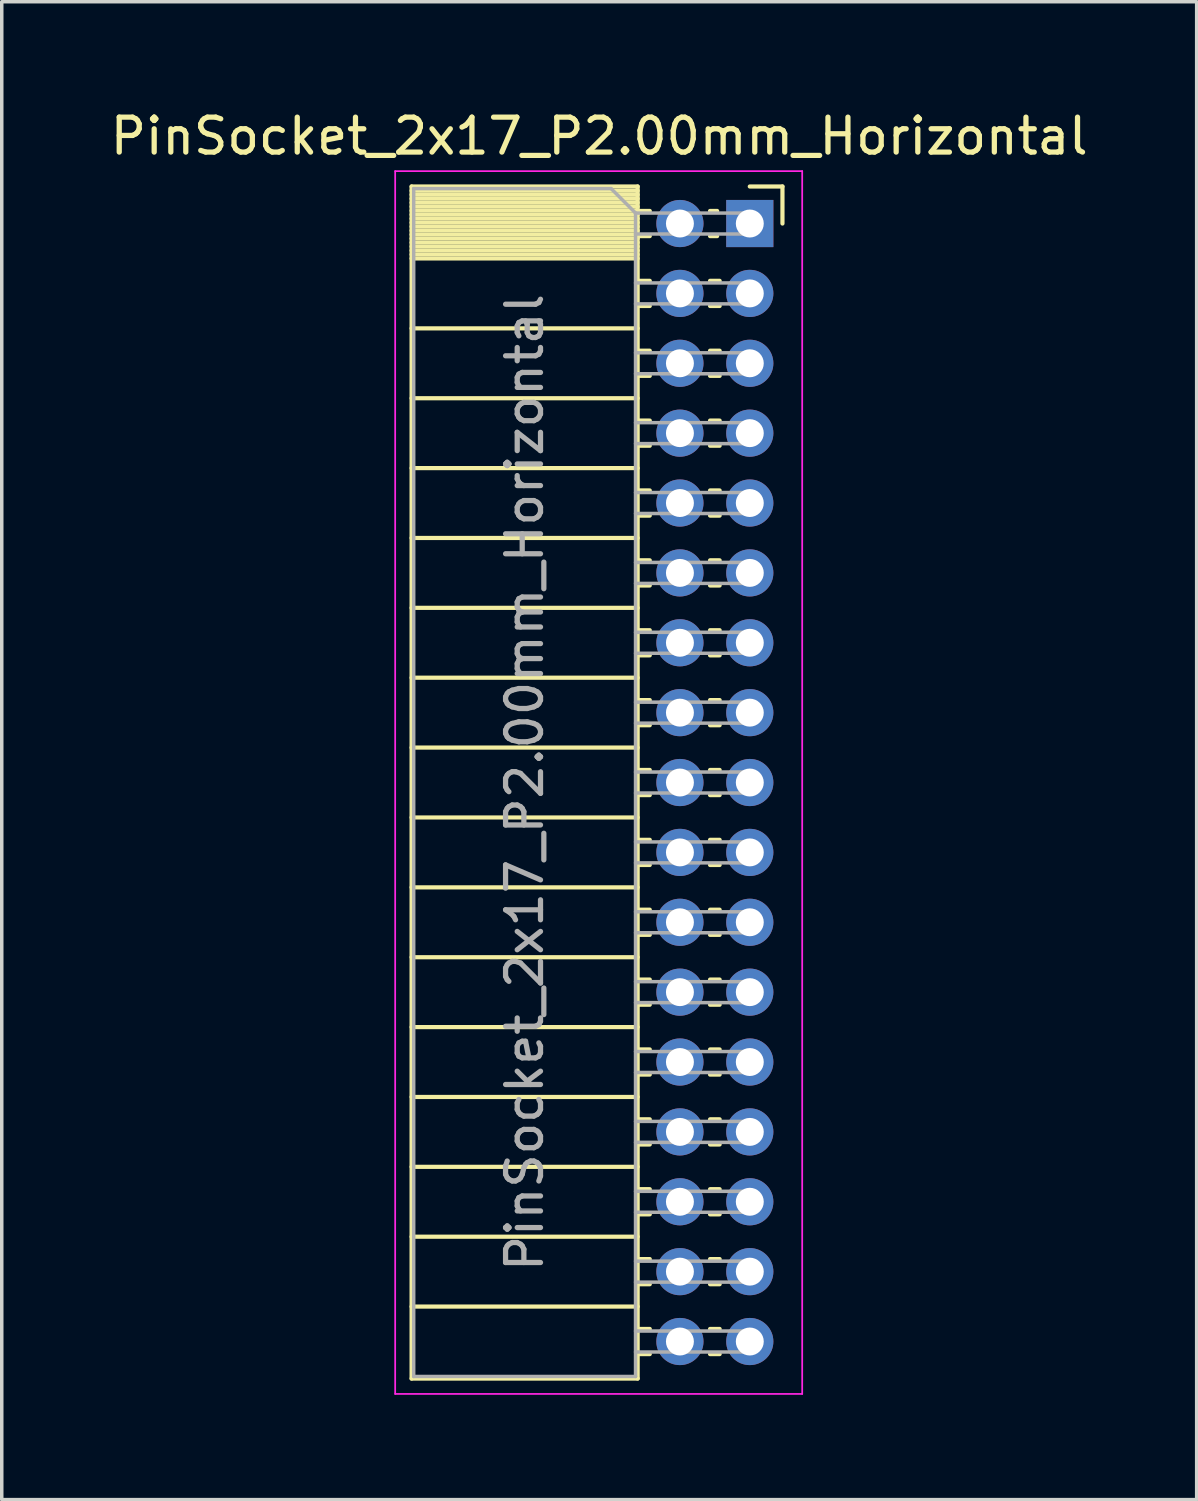
<source format=kicad_pcb>
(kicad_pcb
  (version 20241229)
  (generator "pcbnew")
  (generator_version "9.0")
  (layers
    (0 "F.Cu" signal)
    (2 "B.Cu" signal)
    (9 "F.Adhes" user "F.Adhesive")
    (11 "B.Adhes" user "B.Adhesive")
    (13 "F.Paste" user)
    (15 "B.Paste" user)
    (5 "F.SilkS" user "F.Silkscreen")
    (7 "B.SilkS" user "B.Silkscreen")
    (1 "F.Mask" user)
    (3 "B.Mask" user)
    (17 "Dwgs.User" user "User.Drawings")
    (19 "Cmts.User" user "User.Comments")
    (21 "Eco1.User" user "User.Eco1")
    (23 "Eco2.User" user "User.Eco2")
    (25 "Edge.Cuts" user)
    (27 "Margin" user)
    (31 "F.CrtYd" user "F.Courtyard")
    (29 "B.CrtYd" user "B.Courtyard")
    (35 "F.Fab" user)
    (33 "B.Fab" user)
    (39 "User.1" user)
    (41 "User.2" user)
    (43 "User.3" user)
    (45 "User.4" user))
  (footprint "PinSocket_2x17_P2.00mm_Horizontal"
    (layer "F.Cu")
    (at 18.411 3.348)
    (property "Reference" "PinSocket_2x17_P2.00mm_Horizontal" (at -4.31 -2.5 0) (layer "F.SilkS") (effects (font (size 1 1) (thickness 0.15))))
    (attr through_hole)
    (fp_line (start -9.68 -1.06) (end -9.68 33.06) (stroke (width 0.12) (type solid)) (layer "F.SilkS"))
    (fp_line (start -9.68 -1.06) (end -3.21 -1.06) (stroke (width 0.12) (type solid)) (layer "F.SilkS"))
    (fp_line (start -9.68 -0.94) (end -3.21 -0.94) (stroke (width 0.12) (type solid)) (layer "F.SilkS"))
    (fp_line (start -9.68 -0.826) (end -3.21 -0.826) (stroke (width 0.12) (type solid)) (layer "F.SilkS"))
    (fp_line (start -9.68 -0.712) (end -3.21 -0.712) (stroke (width 0.12) (type solid)) (layer "F.SilkS"))
    (fp_line (start -9.68 -0.598) (end -3.21 -0.598) (stroke (width 0.12) (type solid)) (layer "F.SilkS"))
    (fp_line (start -9.68 -0.484) (end -3.21 -0.484) (stroke (width 0.12) (type solid)) (layer "F.SilkS"))
    (fp_line (start -9.68 -0.369) (end -3.21 -0.369) (stroke (width 0.12) (type solid)) (layer "F.SilkS"))
    (fp_line (start -9.68 -0.255) (end -3.21 -0.255) (stroke (width 0.12) (type solid)) (layer "F.SilkS"))
    (fp_line (start -9.68 -0.141) (end -3.21 -0.141) (stroke (width 0.12) (type solid)) (layer "F.SilkS"))
    (fp_line (start -9.68 -0.027) (end -3.21 -0.027) (stroke (width 0.12) (type solid)) (layer "F.SilkS"))
    (fp_line (start -9.68 0.087) (end -3.21 0.087) (stroke (width 0.12) (type solid)) (layer "F.SilkS"))
    (fp_line (start -9.68 0.201) (end -3.21 0.201) (stroke (width 0.12) (type solid)) (layer "F.SilkS"))
    (fp_line (start -9.68 0.315) (end -3.21 0.315) (stroke (width 0.12) (type solid)) (layer "F.SilkS"))
    (fp_line (start -9.68 0.429) (end -3.21 0.429) (stroke (width 0.12) (type solid)) (layer "F.SilkS"))
    (fp_line (start -9.68 0.544) (end -3.21 0.544) (stroke (width 0.12) (type solid)) (layer "F.SilkS"))
    (fp_line (start -9.68 0.658) (end -3.21 0.658) (stroke (width 0.12) (type solid)) (layer "F.SilkS"))
    (fp_line (start -9.68 0.772) (end -3.21 0.772) (stroke (width 0.12) (type solid)) (layer "F.SilkS"))
    (fp_line (start -9.68 0.886) (end -3.21 0.886) (stroke (width 0.12) (type solid)) (layer "F.SilkS"))
    (fp_line (start -9.68 1) (end -3.21 1) (stroke (width 0.12) (type solid)) (layer "F.SilkS"))
    (fp_line (start -9.68 3) (end -3.21 3) (stroke (width 0.12) (type solid)) (layer "F.SilkS"))
    (fp_line (start -9.68 5) (end -3.21 5) (stroke (width 0.12) (type solid)) (layer "F.SilkS"))
    (fp_line (start -9.68 7) (end -3.21 7) (stroke (width 0.12) (type solid)) (layer "F.SilkS"))
    (fp_line (start -9.68 9) (end -3.21 9) (stroke (width 0.12) (type solid)) (layer "F.SilkS"))
    (fp_line (start -9.68 11) (end -3.21 11) (stroke (width 0.12) (type solid)) (layer "F.SilkS"))
    (fp_line (start -9.68 13) (end -3.21 13) (stroke (width 0.12) (type solid)) (layer "F.SilkS"))
    (fp_line (start -9.68 15) (end -3.21 15) (stroke (width 0.12) (type solid)) (layer "F.SilkS"))
    (fp_line (start -9.68 17) (end -3.21 17) (stroke (width 0.12) (type solid)) (layer "F.SilkS"))
    (fp_line (start -9.68 19) (end -3.21 19) (stroke (width 0.12) (type solid)) (layer "F.SilkS"))
    (fp_line (start -9.68 21) (end -3.21 21) (stroke (width 0.12) (type solid)) (layer "F.SilkS"))
    (fp_line (start -9.68 23) (end -3.21 23) (stroke (width 0.12) (type solid)) (layer "F.SilkS"))
    (fp_line (start -9.68 25) (end -3.21 25) (stroke (width 0.12) (type solid)) (layer "F.SilkS"))
    (fp_line (start -9.68 27) (end -3.21 27) (stroke (width 0.12) (type solid)) (layer "F.SilkS"))
    (fp_line (start -9.68 29) (end -3.21 29) (stroke (width 0.12) (type solid)) (layer "F.SilkS"))
    (fp_line (start -9.68 31) (end -3.21 31) (stroke (width 0.12) (type solid)) (layer "F.SilkS"))
    (fp_line (start -9.68 33.06) (end -3.21 33.06) (stroke (width 0.12) (type solid)) (layer "F.SilkS"))
    (fp_line (start -3.21 -1.06) (end -3.21 33.06) (stroke (width 0.12) (type solid)) (layer "F.SilkS"))
    (fp_line (start -3.21 -0.36) (end -2.863 -0.36) (stroke (width 0.12) (type solid)) (layer "F.SilkS"))
    (fp_line (start -3.21 0.36) (end -2.863 0.36) (stroke (width 0.12) (type solid)) (layer "F.SilkS"))
    (fp_line (start -3.21 1.64) (end -2.863 1.64) (stroke (width 0.12) (type solid)) (layer "F.SilkS"))
    (fp_line (start -3.21 2.36) (end -2.863 2.36) (stroke (width 0.12) (type solid)) (layer "F.SilkS"))
    (fp_line (start -3.21 3.64) (end -2.863 3.64) (stroke (width 0.12) (type solid)) (layer "F.SilkS"))
    (fp_line (start -3.21 4.36) (end -2.863 4.36) (stroke (width 0.12) (type solid)) (layer "F.SilkS"))
    (fp_line (start -3.21 5.64) (end -2.863 5.64) (stroke (width 0.12) (type solid)) (layer "F.SilkS"))
    (fp_line (start -3.21 6.36) (end -2.863 6.36) (stroke (width 0.12) (type solid)) (layer "F.SilkS"))
    (fp_line (start -3.21 7.64) (end -2.863 7.64) (stroke (width 0.12) (type solid)) (layer "F.SilkS"))
    (fp_line (start -3.21 8.36) (end -2.863 8.36) (stroke (width 0.12) (type solid)) (layer "F.SilkS"))
    (fp_line (start -3.21 9.64) (end -2.863 9.64) (stroke (width 0.12) (type solid)) (layer "F.SilkS"))
    (fp_line (start -3.21 10.36) (end -2.863 10.36) (stroke (width 0.12) (type solid)) (layer "F.SilkS"))
    (fp_line (start -3.21 11.64) (end -2.863 11.64) (stroke (width 0.12) (type solid)) (layer "F.SilkS"))
    (fp_line (start -3.21 12.36) (end -2.863 12.36) (stroke (width 0.12) (type solid)) (layer "F.SilkS"))
    (fp_line (start -3.21 13.64) (end -2.863 13.64) (stroke (width 0.12) (type solid)) (layer "F.SilkS"))
    (fp_line (start -3.21 14.36) (end -2.863 14.36) (stroke (width 0.12) (type solid)) (layer "F.SilkS"))
    (fp_line (start -3.21 15.64) (end -2.863 15.64) (stroke (width 0.12) (type solid)) (layer "F.SilkS"))
    (fp_line (start -3.21 16.36) (end -2.863 16.36) (stroke (width 0.12) (type solid)) (layer "F.SilkS"))
    (fp_line (start -3.21 17.64) (end -2.863 17.64) (stroke (width 0.12) (type solid)) (layer "F.SilkS"))
    (fp_line (start -3.21 18.36) (end -2.863 18.36) (stroke (width 0.12) (type solid)) (layer "F.SilkS"))
    (fp_line (start -3.21 19.64) (end -2.863 19.64) (stroke (width 0.12) (type solid)) (layer "F.SilkS"))
    (fp_line (start -3.21 20.36) (end -2.863 20.36) (stroke (width 0.12) (type solid)) (layer "F.SilkS"))
    (fp_line (start -3.21 21.64) (end -2.863 21.64) (stroke (width 0.12) (type solid)) (layer "F.SilkS"))
    (fp_line (start -3.21 22.36) (end -2.863 22.36) (stroke (width 0.12) (type solid)) (layer "F.SilkS"))
    (fp_line (start -3.21 23.64) (end -2.863 23.64) (stroke (width 0.12) (type solid)) (layer "F.SilkS"))
    (fp_line (start -3.21 24.36) (end -2.863 24.36) (stroke (width 0.12) (type solid)) (layer "F.SilkS"))
    (fp_line (start -3.21 25.64) (end -2.863 25.64) (stroke (width 0.12) (type solid)) (layer "F.SilkS"))
    (fp_line (start -3.21 26.36) (end -2.863 26.36) (stroke (width 0.12) (type solid)) (layer "F.SilkS"))
    (fp_line (start -3.21 27.64) (end -2.863 27.64) (stroke (width 0.12) (type solid)) (layer "F.SilkS"))
    (fp_line (start -3.21 28.36) (end -2.863 28.36) (stroke (width 0.12) (type solid)) (layer "F.SilkS"))
    (fp_line (start -3.21 29.64) (end -2.863 29.64) (stroke (width 0.12) (type solid)) (layer "F.SilkS"))
    (fp_line (start -3.21 30.36) (end -2.863 30.36) (stroke (width 0.12) (type solid)) (layer "F.SilkS"))
    (fp_line (start -3.21 31.64) (end -2.863 31.64) (stroke (width 0.12) (type solid)) (layer "F.SilkS"))
    (fp_line (start -3.21 32.36) (end -2.863 32.36) (stroke (width 0.12) (type solid)) (layer "F.SilkS"))
    (fp_line (start -1.137 -0.36) (end -0.935 -0.36) (stroke (width 0.12) (type solid)) (layer "F.SilkS"))
    (fp_line (start -1.137 0.36) (end -0.935 0.36) (stroke (width 0.12) (type solid)) (layer "F.SilkS"))
    (fp_line (start -1.137 1.64) (end -0.863 1.64) (stroke (width 0.12) (type solid)) (layer "F.SilkS"))
    (fp_line (start -1.137 2.36) (end -0.863 2.36) (stroke (width 0.12) (type solid)) (layer "F.SilkS"))
    (fp_line (start -1.137 3.64) (end -0.863 3.64) (stroke (width 0.12) (type solid)) (layer "F.SilkS"))
    (fp_line (start -1.137 4.36) (end -0.863 4.36) (stroke (width 0.12) (type solid)) (layer "F.SilkS"))
    (fp_line (start -1.137 5.64) (end -0.863 5.64) (stroke (width 0.12) (type solid)) (layer "F.SilkS"))
    (fp_line (start -1.137 6.36) (end -0.863 6.36) (stroke (width 0.12) (type solid)) (layer "F.SilkS"))
    (fp_line (start -1.137 7.64) (end -0.863 7.64) (stroke (width 0.12) (type solid)) (layer "F.SilkS"))
    (fp_line (start -1.137 8.36) (end -0.863 8.36) (stroke (width 0.12) (type solid)) (layer "F.SilkS"))
    (fp_line (start -1.137 9.64) (end -0.863 9.64) (stroke (width 0.12) (type solid)) (layer "F.SilkS"))
    (fp_line (start -1.137 10.36) (end -0.863 10.36) (stroke (width 0.12) (type solid)) (layer "F.SilkS"))
    (fp_line (start -1.137 11.64) (end -0.863 11.64) (stroke (width 0.12) (type solid)) (layer "F.SilkS"))
    (fp_line (start -1.137 12.36) (end -0.863 12.36) (stroke (width 0.12) (type solid)) (layer "F.SilkS"))
    (fp_line (start -1.137 13.64) (end -0.863 13.64) (stroke (width 0.12) (type solid)) (layer "F.SilkS"))
    (fp_line (start -1.137 14.36) (end -0.863 14.36) (stroke (width 0.12) (type solid)) (layer "F.SilkS"))
    (fp_line (start -1.137 15.64) (end -0.863 15.64) (stroke (width 0.12) (type solid)) (layer "F.SilkS"))
    (fp_line (start -1.137 16.36) (end -0.863 16.36) (stroke (width 0.12) (type solid)) (layer "F.SilkS"))
    (fp_line (start -1.137 17.64) (end -0.863 17.64) (stroke (width 0.12) (type solid)) (layer "F.SilkS"))
    (fp_line (start -1.137 18.36) (end -0.863 18.36) (stroke (width 0.12) (type solid)) (layer "F.SilkS"))
    (fp_line (start -1.137 19.64) (end -0.863 19.64) (stroke (width 0.12) (type solid)) (layer "F.SilkS"))
    (fp_line (start -1.137 20.36) (end -0.863 20.36) (stroke (width 0.12) (type solid)) (layer "F.SilkS"))
    (fp_line (start -1.137 21.64) (end -0.863 21.64) (stroke (width 0.12) (type solid)) (layer "F.SilkS"))
    (fp_line (start -1.137 22.36) (end -0.863 22.36) (stroke (width 0.12) (type solid)) (layer "F.SilkS"))
    (fp_line (start -1.137 23.64) (end -0.863 23.64) (stroke (width 0.12) (type solid)) (layer "F.SilkS"))
    (fp_line (start -1.137 24.36) (end -0.863 24.36) (stroke (width 0.12) (type solid)) (layer "F.SilkS"))
    (fp_line (start -1.137 25.64) (end -0.863 25.64) (stroke (width 0.12) (type solid)) (layer "F.SilkS"))
    (fp_line (start -1.137 26.36) (end -0.863 26.36) (stroke (width 0.12) (type solid)) (layer "F.SilkS"))
    (fp_line (start -1.137 27.64) (end -0.863 27.64) (stroke (width 0.12) (type solid)) (layer "F.SilkS"))
    (fp_line (start -1.137 28.36) (end -0.863 28.36) (stroke (width 0.12) (type solid)) (layer "F.SilkS"))
    (fp_line (start -1.137 29.64) (end -0.863 29.64) (stroke (width 0.12) (type solid)) (layer "F.SilkS"))
    (fp_line (start -1.137 30.36) (end -0.863 30.36) (stroke (width 0.12) (type solid)) (layer "F.SilkS"))
    (fp_line (start -1.137 31.64) (end -0.863 31.64) (stroke (width 0.12) (type solid)) (layer "F.SilkS"))
    (fp_line (start -1.137 32.36) (end -0.863 32.36) (stroke (width 0.12) (type solid)) (layer "F.SilkS"))
    (fp_line (start 0 -1.06) (end 0.935 -1.06) (stroke (width 0.12) (type solid)) (layer "F.SilkS"))
    (fp_line (start 0.935 -1.06) (end 0.935 0) (stroke (width 0.12) (type solid)) (layer "F.SilkS"))
    (fp_line (start -10.15 -1.5) (end -10.15 33.5) (stroke (width 0.05) (type solid)) (layer "F.CrtYd"))
    (fp_line (start -10.15 33.5) (end 1.5 33.5) (stroke (width 0.05) (type solid)) (layer "F.CrtYd"))
    (fp_line (start 1.5 -1.5) (end -10.15 -1.5) (stroke (width 0.05) (type solid)) (layer "F.CrtYd"))
    (fp_line (start 1.5 33.5) (end 1.5 -1.5) (stroke (width 0.05) (type solid)) (layer "F.CrtYd"))
    (fp_line (start -9.62 -1) (end -3.97 -1) (stroke (width 0.1) (type solid)) (layer "F.Fab"))
    (fp_line (start -9.62 33) (end -9.62 -1) (stroke (width 0.1) (type solid)) (layer "F.Fab"))
    (fp_line (start -3.97 -1) (end -3.27 -0.3) (stroke (width 0.1) (type solid)) (layer "F.Fab"))
    (fp_line (start -3.27 -0.3) (end -3.27 33) (stroke (width 0.1) (type solid)) (layer "F.Fab"))
    (fp_line (start -3.27 0.3) (end 0 0.3) (stroke (width 0.1) (type solid)) (layer "F.Fab"))
    (fp_line (start -3.27 2.3) (end 0 2.3) (stroke (width 0.1) (type solid)) (layer "F.Fab"))
    (fp_line (start -3.27 4.3) (end 0 4.3) (stroke (width 0.1) (type solid)) (layer "F.Fab"))
    (fp_line (start -3.27 6.3) (end 0 6.3) (stroke (width 0.1) (type solid)) (layer "F.Fab"))
    (fp_line (start -3.27 8.3) (end 0 8.3) (stroke (width 0.1) (type solid)) (layer "F.Fab"))
    (fp_line (start -3.27 10.3) (end 0 10.3) (stroke (width 0.1) (type solid)) (layer "F.Fab"))
    (fp_line (start -3.27 12.3) (end 0 12.3) (stroke (width 0.1) (type solid)) (layer "F.Fab"))
    (fp_line (start -3.27 14.3) (end 0 14.3) (stroke (width 0.1) (type solid)) (layer "F.Fab"))
    (fp_line (start -3.27 16.3) (end 0 16.3) (stroke (width 0.1) (type solid)) (layer "F.Fab"))
    (fp_line (start -3.27 18.3) (end 0 18.3) (stroke (width 0.1) (type solid)) (layer "F.Fab"))
    (fp_line (start -3.27 20.3) (end 0 20.3) (stroke (width 0.1) (type solid)) (layer "F.Fab"))
    (fp_line (start -3.27 22.3) (end 0 22.3) (stroke (width 0.1) (type solid)) (layer "F.Fab"))
    (fp_line (start -3.27 24.3) (end 0 24.3) (stroke (width 0.1) (type solid)) (layer "F.Fab"))
    (fp_line (start -3.27 26.3) (end 0 26.3) (stroke (width 0.1) (type solid)) (layer "F.Fab"))
    (fp_line (start -3.27 28.3) (end 0 28.3) (stroke (width 0.1) (type solid)) (layer "F.Fab"))
    (fp_line (start -3.27 30.3) (end 0 30.3) (stroke (width 0.1) (type solid)) (layer "F.Fab"))
    (fp_line (start -3.27 32.3) (end 0 32.3) (stroke (width 0.1) (type solid)) (layer "F.Fab"))
    (fp_line (start -3.27 33) (end -9.62 33) (stroke (width 0.1) (type solid)) (layer "F.Fab"))
    (fp_line (start 0 -0.3) (end -3.27 -0.3) (stroke (width 0.1) (type solid)) (layer "F.Fab"))
    (fp_line (start 0 0.3) (end 0 -0.3) (stroke (width 0.1) (type solid)) (layer "F.Fab"))
    (fp_line (start 0 1.7) (end -3.27 1.7) (stroke (width 0.1) (type solid)) (layer "F.Fab"))
    (fp_line (start 0 2.3) (end 0 1.7) (stroke (width 0.1) (type solid)) (layer "F.Fab"))
    (fp_line (start 0 3.7) (end -3.27 3.7) (stroke (width 0.1) (type solid)) (layer "F.Fab"))
    (fp_line (start 0 4.3) (end 0 3.7) (stroke (width 0.1) (type solid)) (layer "F.Fab"))
    (fp_line (start 0 5.7) (end -3.27 5.7) (stroke (width 0.1) (type solid)) (layer "F.Fab"))
    (fp_line (start 0 6.3) (end 0 5.7) (stroke (width 0.1) (type solid)) (layer "F.Fab"))
    (fp_line (start 0 7.7) (end -3.27 7.7) (stroke (width 0.1) (type solid)) (layer "F.Fab"))
    (fp_line (start 0 8.3) (end 0 7.7) (stroke (width 0.1) (type solid)) (layer "F.Fab"))
    (fp_line (start 0 9.7) (end -3.27 9.7) (stroke (width 0.1) (type solid)) (layer "F.Fab"))
    (fp_line (start 0 10.3) (end 0 9.7) (stroke (width 0.1) (type solid)) (layer "F.Fab"))
    (fp_line (start 0 11.7) (end -3.27 11.7) (stroke (width 0.1) (type solid)) (layer "F.Fab"))
    (fp_line (start 0 12.3) (end 0 11.7) (stroke (width 0.1) (type solid)) (layer "F.Fab"))
    (fp_line (start 0 13.7) (end -3.27 13.7) (stroke (width 0.1) (type solid)) (layer "F.Fab"))
    (fp_line (start 0 14.3) (end 0 13.7) (stroke (width 0.1) (type solid)) (layer "F.Fab"))
    (fp_line (start 0 15.7) (end -3.27 15.7) (stroke (width 0.1) (type solid)) (layer "F.Fab"))
    (fp_line (start 0 16.3) (end 0 15.7) (stroke (width 0.1) (type solid)) (layer "F.Fab"))
    (fp_line (start 0 17.7) (end -3.27 17.7) (stroke (width 0.1) (type solid)) (layer "F.Fab"))
    (fp_line (start 0 18.3) (end 0 17.7) (stroke (width 0.1) (type solid)) (layer "F.Fab"))
    (fp_line (start 0 19.7) (end -3.27 19.7) (stroke (width 0.1) (type solid)) (layer "F.Fab"))
    (fp_line (start 0 20.3) (end 0 19.7) (stroke (width 0.1) (type solid)) (layer "F.Fab"))
    (fp_line (start 0 21.7) (end -3.27 21.7) (stroke (width 0.1) (type solid)) (layer "F.Fab"))
    (fp_line (start 0 22.3) (end 0 21.7) (stroke (width 0.1) (type solid)) (layer "F.Fab"))
    (fp_line (start 0 23.7) (end -3.27 23.7) (stroke (width 0.1) (type solid)) (layer "F.Fab"))
    (fp_line (start 0 24.3) (end 0 23.7) (stroke (width 0.1) (type solid)) (layer "F.Fab"))
    (fp_line (start 0 25.7) (end -3.27 25.7) (stroke (width 0.1) (type solid)) (layer "F.Fab"))
    (fp_line (start 0 26.3) (end 0 25.7) (stroke (width 0.1) (type solid)) (layer "F.Fab"))
    (fp_line (start 0 27.7) (end -3.27 27.7) (stroke (width 0.1) (type solid)) (layer "F.Fab"))
    (fp_line (start 0 28.3) (end 0 27.7) (stroke (width 0.1) (type solid)) (layer "F.Fab"))
    (fp_line (start 0 29.7) (end -3.27 29.7) (stroke (width 0.1) (type solid)) (layer "F.Fab"))
    (fp_line (start 0 30.3) (end 0 29.7) (stroke (width 0.1) (type solid)) (layer "F.Fab"))
    (fp_line (start 0 31.7) (end -3.27 31.7) (stroke (width 0.1) (type solid)) (layer "F.Fab"))
    (fp_line (start 0 32.3) (end 0 31.7) (stroke (width 0.1) (type solid)) (layer "F.Fab"))
    (fp_text user "${REFERENCE}" (at -6.445 16 90) (layer "F.Fab") (effects (font (size 1 1) (thickness 0.15))))
    (pad "1" thru_hole rect (at 0 0) (size 1.35 1.35) (drill 0.8) (layers "*.Cu" "*.Mask"))
    (pad "2" thru_hole oval (at -2 0) (size 1.35 1.35) (drill 0.8) (layers "*.Cu" "*.Mask"))
    (pad "3" thru_hole oval (at 0 2) (size 1.35 1.35) (drill 0.8) (layers "*.Cu" "*.Mask"))
    (pad "4" thru_hole oval (at -2 2) (size 1.35 1.35) (drill 0.8) (layers "*.Cu" "*.Mask"))
    (pad "5" thru_hole oval (at 0 4) (size 1.35 1.35) (drill 0.8) (layers "*.Cu" "*.Mask"))
    (pad "6" thru_hole oval (at -2 4) (size 1.35 1.35) (drill 0.8) (layers "*.Cu" "*.Mask"))
    (pad "7" thru_hole oval (at 0 6) (size 1.35 1.35) (drill 0.8) (layers "*.Cu" "*.Mask"))
    (pad "8" thru_hole oval (at -2 6) (size 1.35 1.35) (drill 0.8) (layers "*.Cu" "*.Mask"))
    (pad "9" thru_hole oval (at 0 8) (size 1.35 1.35) (drill 0.8) (layers "*.Cu" "*.Mask"))
    (pad "10" thru_hole oval (at -2 8) (size 1.35 1.35) (drill 0.8) (layers "*.Cu" "*.Mask"))
    (pad "11" thru_hole oval (at 0 10) (size 1.35 1.35) (drill 0.8) (layers "*.Cu" "*.Mask"))
    (pad "12" thru_hole oval (at -2 10) (size 1.35 1.35) (drill 0.8) (layers "*.Cu" "*.Mask"))
    (pad "13" thru_hole oval (at 0 12) (size 1.35 1.35) (drill 0.8) (layers "*.Cu" "*.Mask"))
    (pad "14" thru_hole oval (at -2 12) (size 1.35 1.35) (drill 0.8) (layers "*.Cu" "*.Mask"))
    (pad "15" thru_hole oval (at 0 14) (size 1.35 1.35) (drill 0.8) (layers "*.Cu" "*.Mask"))
    (pad "16" thru_hole oval (at -2 14) (size 1.35 1.35) (drill 0.8) (layers "*.Cu" "*.Mask"))
    (pad "17" thru_hole oval (at 0 16) (size 1.35 1.35) (drill 0.8) (layers "*.Cu" "*.Mask"))
    (pad "18" thru_hole oval (at -2 16) (size 1.35 1.35) (drill 0.8) (layers "*.Cu" "*.Mask"))
    (pad "19" thru_hole oval (at 0 18) (size 1.35 1.35) (drill 0.8) (layers "*.Cu" "*.Mask"))
    (pad "20" thru_hole oval (at -2 18) (size 1.35 1.35) (drill 0.8) (layers "*.Cu" "*.Mask"))
    (pad "21" thru_hole oval (at 0 20) (size 1.35 1.35) (drill 0.8) (layers "*.Cu" "*.Mask"))
    (pad "22" thru_hole oval (at -2 20) (size 1.35 1.35) (drill 0.8) (layers "*.Cu" "*.Mask"))
    (pad "23" thru_hole oval (at 0 22) (size 1.35 1.35) (drill 0.8) (layers "*.Cu" "*.Mask"))
    (pad "24" thru_hole oval (at -2 22) (size 1.35 1.35) (drill 0.8) (layers "*.Cu" "*.Mask"))
    (pad "25" thru_hole oval (at 0 24) (size 1.35 1.35) (drill 0.8) (layers "*.Cu" "*.Mask"))
    (pad "26" thru_hole oval (at -2 24) (size 1.35 1.35) (drill 0.8) (layers "*.Cu" "*.Mask"))
    (pad "27" thru_hole oval (at 0 26) (size 1.35 1.35) (drill 0.8) (layers "*.Cu" "*.Mask"))
    (pad "28" thru_hole oval (at -2 26) (size 1.35 1.35) (drill 0.8) (layers "*.Cu" "*.Mask"))
    (pad "29" thru_hole oval (at 0 28) (size 1.35 1.35) (drill 0.8) (layers "*.Cu" "*.Mask"))
    (pad "30" thru_hole oval (at -2 28) (size 1.35 1.35) (drill 0.8) (layers "*.Cu" "*.Mask"))
    (pad "31" thru_hole oval (at 0 30) (size 1.35 1.35) (drill 0.8) (layers "*.Cu" "*.Mask"))
    (pad "32" thru_hole oval (at -2 30) (size 1.35 1.35) (drill 0.8) (layers "*.Cu" "*.Mask"))
    (pad "33" thru_hole oval (at 0 32) (size 1.35 1.35) (drill 0.8) (layers "*.Cu" "*.Mask"))
    (pad "34" thru_hole oval (at -2 32) (size 1.35 1.35) (drill 0.8) (layers "*.Cu" "*.Mask")))
  (gr_rect
    (start -3 -3)
    (end 31.202 39.873)
    (stroke (width 0.1) (type default))
    (fill no)
    (layer "Edge.Cuts")))
</source>
